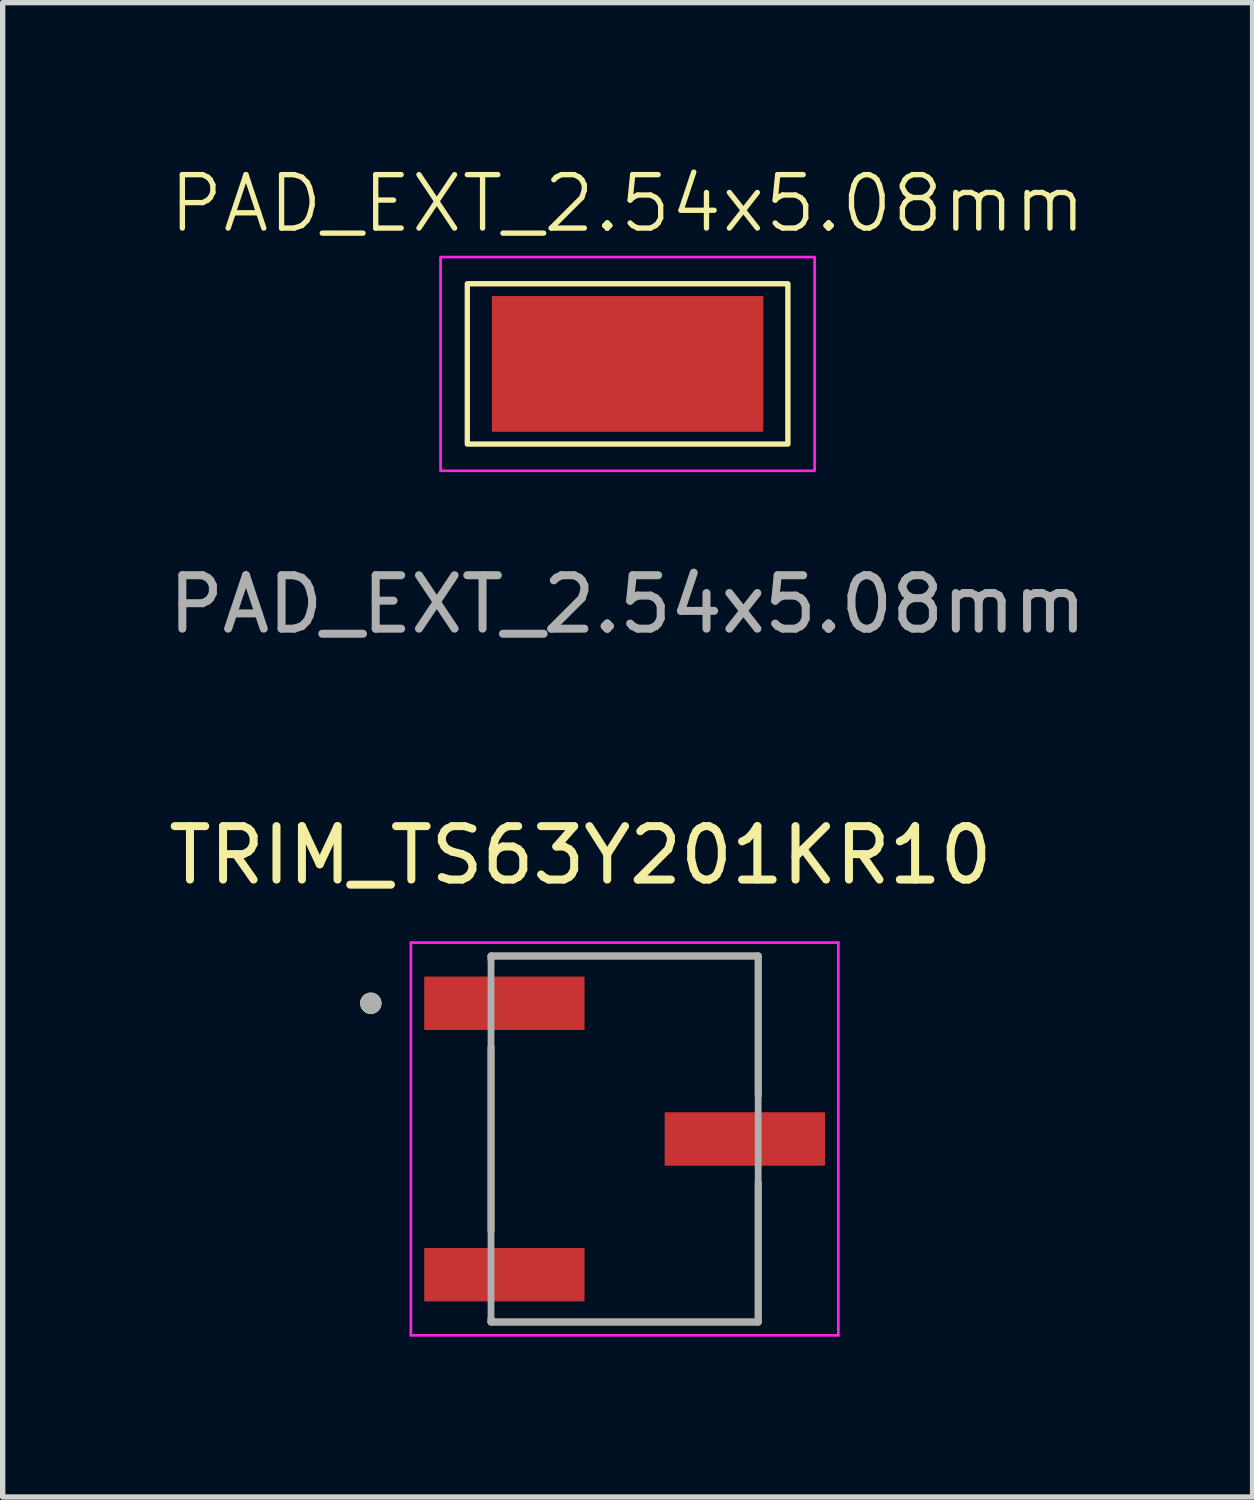
<source format=kicad_pcb>
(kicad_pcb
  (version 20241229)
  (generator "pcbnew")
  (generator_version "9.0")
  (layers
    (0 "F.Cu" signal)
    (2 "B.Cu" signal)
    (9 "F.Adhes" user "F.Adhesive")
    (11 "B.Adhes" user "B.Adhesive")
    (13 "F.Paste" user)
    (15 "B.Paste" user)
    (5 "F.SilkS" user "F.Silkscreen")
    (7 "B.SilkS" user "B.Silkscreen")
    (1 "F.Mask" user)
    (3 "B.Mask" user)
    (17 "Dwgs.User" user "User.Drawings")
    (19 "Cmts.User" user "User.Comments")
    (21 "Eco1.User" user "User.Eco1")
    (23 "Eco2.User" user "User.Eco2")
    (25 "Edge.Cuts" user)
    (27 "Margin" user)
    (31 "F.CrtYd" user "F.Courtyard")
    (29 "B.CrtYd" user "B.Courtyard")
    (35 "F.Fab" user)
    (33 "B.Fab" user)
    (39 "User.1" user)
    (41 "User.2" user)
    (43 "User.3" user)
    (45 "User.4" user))
  (footprint "PAD_EXT_2.54x5.08mm"
    (layer "F.Cu")
    (at 8.696 6.261)
    (property "Reference" "PAD_EXT_2.54x5.08mm" (at 0 -5.5 0) (unlocked yes) (layer "F.SilkS") (effects (font (size 1 1) (thickness 0.1))))
    (attr smd)
    (fp_rect (start -3 -4) (end 3 -1) (stroke (width 0.1) (type solid)) (fill no) (layer "F.SilkS"))
    (fp_rect (start -3.5 -4.5) (end 3.5 -0.5) (stroke (width 0.05) (type default)) (fill no) (layer "F.CrtYd"))
    (fp_text user "${REFERENCE}" (at 0 2 0) (unlocked yes) (layer "F.Fab") (effects (font (size 1 1) (thickness 0.15))))
    (pad "1" smd rect (at 0 -2.5) (size 5.08 2.54) (layers "F.Cu" "F.Mask" "F.Paste")))
  (footprint "TRIM_TS63Y201KR10"
    (layer "F.Cu")
    (at 8.64 18.267)
    (property "Reference" "TRIM_TS63Y201KR10" (at -0.825 -5.31 0) (layer "F.SilkS") (effects (font (size 1 1) (thickness 0.15))))
    (attr smd)
    (fp_line (start -2.5 -3.425) (end 2.5 -3.425) (stroke (width 0.127) (type solid)) (layer "F.SilkS"))
    (fp_line (start -2.5 -3.36) (end -2.5 -3.425) (stroke (width 0.127) (type solid)) (layer "F.SilkS"))
    (fp_line (start -2.5 -1.72) (end -2.5 1.72) (stroke (width 0.127) (type solid)) (layer "F.SilkS"))
    (fp_line (start -2.5 3.425) (end -2.5 3.36) (stroke (width 0.127) (type solid)) (layer "F.SilkS"))
    (fp_line (start 2.5 -3.425) (end 2.5 -0.82) (stroke (width 0.127) (type solid)) (layer "F.SilkS"))
    (fp_line (start 2.5 3.425) (end -2.5 3.425) (stroke (width 0.127) (type solid)) (layer "F.SilkS"))
    (fp_line (start 2.5 3.425) (end 2.5 0.82) (stroke (width 0.127) (type solid)) (layer "F.SilkS"))
    (fp_circle (center -4.75 -2.54) (end -4.65 -2.54) (stroke (width 0.2) (type solid)) (fill no) (layer "F.SilkS"))
    (fp_line (start -4 -3.675) (end -4 3.675) (stroke (width 0.05) (type solid)) (layer "F.CrtYd"))
    (fp_line (start -4 3.675) (end 4 3.675) (stroke (width 0.05) (type solid)) (layer "F.CrtYd"))
    (fp_line (start 4 -3.675) (end -4 -3.675) (stroke (width 0.05) (type solid)) (layer "F.CrtYd"))
    (fp_line (start 4 3.675) (end 4 -3.675) (stroke (width 0.05) (type solid)) (layer "F.CrtYd"))
    (fp_line (start -2.5 -3.425) (end 2.5 -3.425) (stroke (width 0.127) (type solid)) (layer "F.Fab"))
    (fp_line (start -2.5 3.425) (end -2.5 -3.425) (stroke (width 0.127) (type solid)) (layer "F.Fab"))
    (fp_line (start 2.5 -3.425) (end 2.5 3.425) (stroke (width 0.127) (type solid)) (layer "F.Fab"))
    (fp_line (start 2.5 3.425) (end -2.5 3.425) (stroke (width 0.127) (type solid)) (layer "F.Fab"))
    (fp_circle (center -4.75 -2.54) (end -4.65 -2.54) (stroke (width 0.2) (type solid)) (fill no) (layer "F.Fab"))
    (pad "1" smd rect (at -2.25 -2.54) (size 3 1) (layers "F.Cu" "F.Mask" "F.Paste"))
    (pad "2" smd rect (at 2.25 0) (size 3 1) (layers "F.Cu" "F.Mask" "F.Paste"))
    (pad "3" smd rect (at -2.25 2.54) (size 3 1) (layers "F.Cu" "F.Mask" "F.Paste")))
  (gr_rect
    (start -3 -3)
    (end 20.393 24.967)
    (stroke (width 0.1) (type default))
    (fill no)
    (layer "Edge.Cuts")))
</source>
